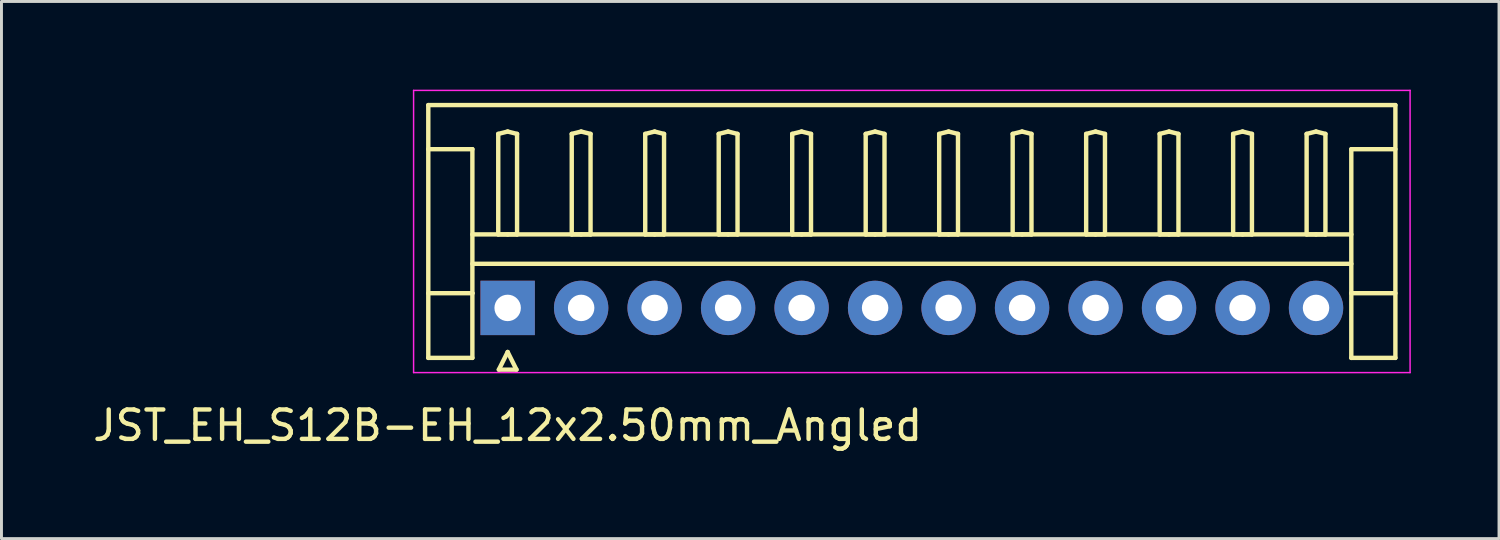
<source format=kicad_pcb>
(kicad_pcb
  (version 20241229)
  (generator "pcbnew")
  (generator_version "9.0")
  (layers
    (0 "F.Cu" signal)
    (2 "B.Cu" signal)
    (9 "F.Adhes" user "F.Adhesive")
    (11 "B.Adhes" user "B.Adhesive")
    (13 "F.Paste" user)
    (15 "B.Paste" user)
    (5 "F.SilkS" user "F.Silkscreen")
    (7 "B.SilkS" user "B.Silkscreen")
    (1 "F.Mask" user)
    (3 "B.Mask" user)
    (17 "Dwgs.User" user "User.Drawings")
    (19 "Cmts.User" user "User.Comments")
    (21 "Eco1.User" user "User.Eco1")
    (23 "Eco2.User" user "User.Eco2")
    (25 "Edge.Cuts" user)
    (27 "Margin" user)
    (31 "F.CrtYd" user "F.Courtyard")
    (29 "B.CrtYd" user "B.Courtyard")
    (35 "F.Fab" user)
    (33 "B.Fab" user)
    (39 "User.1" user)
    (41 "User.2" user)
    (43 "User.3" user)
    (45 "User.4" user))
  (footprint "JST_EH_S12B-EH_12x2.50mm_Angled"
    (layer "F.Cu")
    (at 14.22 7.425)
    (property "Reference" "JST_EH_S12B-EH_12x2.50mm_Angled" (at 0 4 0) (layer "F.SilkS") (effects (font (size 1 1) (thickness 0.15))))
    (attr through_hole)
    (fp_line (start -2.7 -6.9) (end 30.2 -6.9) (stroke (width 0.15) (type solid)) (layer "F.SilkS"))
    (fp_line (start -2.7 -5.4) (end -1.2 -5.4) (stroke (width 0.15) (type solid)) (layer "F.SilkS"))
    (fp_line (start -2.7 1.7) (end -2.7 -6.9) (stroke (width 0.15) (type solid)) (layer "F.SilkS"))
    (fp_line (start -1.2 -5.4) (end -1.2 -0.5) (stroke (width 0.15) (type solid)) (layer "F.SilkS"))
    (fp_line (start -1.2 -2.5) (end 28.7 -2.5) (stroke (width 0.15) (type solid)) (layer "F.SilkS"))
    (fp_line (start -1.2 -1.5) (end 28.7 -1.5) (stroke (width 0.15) (type solid)) (layer "F.SilkS"))
    (fp_line (start -1.2 -0.5) (end -2.7 -0.5) (stroke (width 0.15) (type solid)) (layer "F.SilkS"))
    (fp_line (start -1.2 -0.5) (end -1.2 1.7) (stroke (width 0.15) (type solid)) (layer "F.SilkS"))
    (fp_line (start -1.2 1.7) (end -2.7 1.7) (stroke (width 0.15) (type solid)) (layer "F.SilkS"))
    (fp_line (start -0.32 -5.92) (end 0 -6) (stroke (width 0.15) (type solid)) (layer "F.SilkS"))
    (fp_line (start -0.32 -2.5) (end -0.32 -5.92) (stroke (width 0.15) (type solid)) (layer "F.SilkS"))
    (fp_line (start -0.3 2.1) (end 0.3 2.1) (stroke (width 0.15) (type solid)) (layer "F.SilkS"))
    (fp_line (start 0 -6) (end 0.32 -5.92) (stroke (width 0.15) (type solid)) (layer "F.SilkS"))
    (fp_line (start 0 -2.5) (end -0.32 -2.5) (stroke (width 0.15) (type solid)) (layer "F.SilkS"))
    (fp_line (start 0 1.5) (end -0.3 2.1) (stroke (width 0.15) (type solid)) (layer "F.SilkS"))
    (fp_line (start 0.3 2.1) (end 0 1.5) (stroke (width 0.15) (type solid)) (layer "F.SilkS"))
    (fp_line (start 0.32 -5.92) (end 0.32 -2.5) (stroke (width 0.15) (type solid)) (layer "F.SilkS"))
    (fp_line (start 0.32 -2.5) (end 0 -2.5) (stroke (width 0.15) (type solid)) (layer "F.SilkS"))
    (fp_line (start 2.18 -5.92) (end 2.5 -6) (stroke (width 0.15) (type solid)) (layer "F.SilkS"))
    (fp_line (start 2.18 -2.5) (end 2.18 -5.92) (stroke (width 0.15) (type solid)) (layer "F.SilkS"))
    (fp_line (start 2.5 -6) (end 2.82 -5.92) (stroke (width 0.15) (type solid)) (layer "F.SilkS"))
    (fp_line (start 2.5 -2.5) (end 2.18 -2.5) (stroke (width 0.15) (type solid)) (layer "F.SilkS"))
    (fp_line (start 2.82 -5.92) (end 2.82 -2.5) (stroke (width 0.15) (type solid)) (layer "F.SilkS"))
    (fp_line (start 2.82 -2.5) (end 2.5 -2.5) (stroke (width 0.15) (type solid)) (layer "F.SilkS"))
    (fp_line (start 4.68 -5.92) (end 5 -6) (stroke (width 0.15) (type solid)) (layer "F.SilkS"))
    (fp_line (start 4.68 -2.5) (end 4.68 -5.92) (stroke (width 0.15) (type solid)) (layer "F.SilkS"))
    (fp_line (start 5 -6) (end 5.32 -5.92) (stroke (width 0.15) (type solid)) (layer "F.SilkS"))
    (fp_line (start 5 -2.5) (end 4.68 -2.5) (stroke (width 0.15) (type solid)) (layer "F.SilkS"))
    (fp_line (start 5.32 -5.92) (end 5.32 -2.5) (stroke (width 0.15) (type solid)) (layer "F.SilkS"))
    (fp_line (start 5.32 -2.5) (end 5 -2.5) (stroke (width 0.15) (type solid)) (layer "F.SilkS"))
    (fp_line (start 7.18 -5.92) (end 7.5 -6) (stroke (width 0.15) (type solid)) (layer "F.SilkS"))
    (fp_line (start 7.18 -2.5) (end 7.18 -5.92) (stroke (width 0.15) (type solid)) (layer "F.SilkS"))
    (fp_line (start 7.5 -6) (end 7.82 -5.92) (stroke (width 0.15) (type solid)) (layer "F.SilkS"))
    (fp_line (start 7.5 -2.5) (end 7.18 -2.5) (stroke (width 0.15) (type solid)) (layer "F.SilkS"))
    (fp_line (start 7.82 -5.92) (end 7.82 -2.5) (stroke (width 0.15) (type solid)) (layer "F.SilkS"))
    (fp_line (start 7.82 -2.5) (end 7.5 -2.5) (stroke (width 0.15) (type solid)) (layer "F.SilkS"))
    (fp_line (start 9.68 -5.92) (end 10 -6) (stroke (width 0.15) (type solid)) (layer "F.SilkS"))
    (fp_line (start 9.68 -2.5) (end 9.68 -5.92) (stroke (width 0.15) (type solid)) (layer "F.SilkS"))
    (fp_line (start 10 -6) (end 10.32 -5.92) (stroke (width 0.15) (type solid)) (layer "F.SilkS"))
    (fp_line (start 10 -2.5) (end 9.68 -2.5) (stroke (width 0.15) (type solid)) (layer "F.SilkS"))
    (fp_line (start 10.32 -5.92) (end 10.32 -2.5) (stroke (width 0.15) (type solid)) (layer "F.SilkS"))
    (fp_line (start 10.32 -2.5) (end 10 -2.5) (stroke (width 0.15) (type solid)) (layer "F.SilkS"))
    (fp_line (start 12.18 -5.92) (end 12.5 -6) (stroke (width 0.15) (type solid)) (layer "F.SilkS"))
    (fp_line (start 12.18 -2.5) (end 12.18 -5.92) (stroke (width 0.15) (type solid)) (layer "F.SilkS"))
    (fp_line (start 12.5 -6) (end 12.82 -5.92) (stroke (width 0.15) (type solid)) (layer "F.SilkS"))
    (fp_line (start 12.5 -2.5) (end 12.18 -2.5) (stroke (width 0.15) (type solid)) (layer "F.SilkS"))
    (fp_line (start 12.82 -5.92) (end 12.82 -2.5) (stroke (width 0.15) (type solid)) (layer "F.SilkS"))
    (fp_line (start 12.82 -2.5) (end 12.5 -2.5) (stroke (width 0.15) (type solid)) (layer "F.SilkS"))
    (fp_line (start 14.68 -5.92) (end 15 -6) (stroke (width 0.15) (type solid)) (layer "F.SilkS"))
    (fp_line (start 14.68 -2.5) (end 14.68 -5.92) (stroke (width 0.15) (type solid)) (layer "F.SilkS"))
    (fp_line (start 15 -6) (end 15.32 -5.92) (stroke (width 0.15) (type solid)) (layer "F.SilkS"))
    (fp_line (start 15 -2.5) (end 14.68 -2.5) (stroke (width 0.15) (type solid)) (layer "F.SilkS"))
    (fp_line (start 15.32 -5.92) (end 15.32 -2.5) (stroke (width 0.15) (type solid)) (layer "F.SilkS"))
    (fp_line (start 15.32 -2.5) (end 15 -2.5) (stroke (width 0.15) (type solid)) (layer "F.SilkS"))
    (fp_line (start 17.18 -5.92) (end 17.5 -6) (stroke (width 0.15) (type solid)) (layer "F.SilkS"))
    (fp_line (start 17.18 -2.5) (end 17.18 -5.92) (stroke (width 0.15) (type solid)) (layer "F.SilkS"))
    (fp_line (start 17.5 -6) (end 17.82 -5.92) (stroke (width 0.15) (type solid)) (layer "F.SilkS"))
    (fp_line (start 17.5 -2.5) (end 17.18 -2.5) (stroke (width 0.15) (type solid)) (layer "F.SilkS"))
    (fp_line (start 17.82 -5.92) (end 17.82 -2.5) (stroke (width 0.15) (type solid)) (layer "F.SilkS"))
    (fp_line (start 17.82 -2.5) (end 17.5 -2.5) (stroke (width 0.15) (type solid)) (layer "F.SilkS"))
    (fp_line (start 19.68 -5.92) (end 20 -6) (stroke (width 0.15) (type solid)) (layer "F.SilkS"))
    (fp_line (start 19.68 -2.5) (end 19.68 -5.92) (stroke (width 0.15) (type solid)) (layer "F.SilkS"))
    (fp_line (start 20 -6) (end 20.32 -5.92) (stroke (width 0.15) (type solid)) (layer "F.SilkS"))
    (fp_line (start 20 -2.5) (end 19.68 -2.5) (stroke (width 0.15) (type solid)) (layer "F.SilkS"))
    (fp_line (start 20.32 -5.92) (end 20.32 -2.5) (stroke (width 0.15) (type solid)) (layer "F.SilkS"))
    (fp_line (start 20.32 -2.5) (end 20 -2.5) (stroke (width 0.15) (type solid)) (layer "F.SilkS"))
    (fp_line (start 22.18 -5.92) (end 22.5 -6) (stroke (width 0.15) (type solid)) (layer "F.SilkS"))
    (fp_line (start 22.18 -2.5) (end 22.18 -5.92) (stroke (width 0.15) (type solid)) (layer "F.SilkS"))
    (fp_line (start 22.5 -6) (end 22.82 -5.92) (stroke (width 0.15) (type solid)) (layer "F.SilkS"))
    (fp_line (start 22.5 -2.5) (end 22.18 -2.5) (stroke (width 0.15) (type solid)) (layer "F.SilkS"))
    (fp_line (start 22.82 -5.92) (end 22.82 -2.5) (stroke (width 0.15) (type solid)) (layer "F.SilkS"))
    (fp_line (start 22.82 -2.5) (end 22.5 -2.5) (stroke (width 0.15) (type solid)) (layer "F.SilkS"))
    (fp_line (start 24.68 -5.92) (end 25 -6) (stroke (width 0.15) (type solid)) (layer "F.SilkS"))
    (fp_line (start 24.68 -2.5) (end 24.68 -5.92) (stroke (width 0.15) (type solid)) (layer "F.SilkS"))
    (fp_line (start 25 -6) (end 25.32 -5.92) (stroke (width 0.15) (type solid)) (layer "F.SilkS"))
    (fp_line (start 25 -2.5) (end 24.68 -2.5) (stroke (width 0.15) (type solid)) (layer "F.SilkS"))
    (fp_line (start 25.32 -5.92) (end 25.32 -2.5) (stroke (width 0.15) (type solid)) (layer "F.SilkS"))
    (fp_line (start 25.32 -2.5) (end 25 -2.5) (stroke (width 0.15) (type solid)) (layer "F.SilkS"))
    (fp_line (start 27.18 -5.92) (end 27.5 -6) (stroke (width 0.15) (type solid)) (layer "F.SilkS"))
    (fp_line (start 27.18 -2.5) (end 27.18 -5.92) (stroke (width 0.15) (type solid)) (layer "F.SilkS"))
    (fp_line (start 27.5 -6) (end 27.82 -5.92) (stroke (width 0.15) (type solid)) (layer "F.SilkS"))
    (fp_line (start 27.5 -2.5) (end 27.18 -2.5) (stroke (width 0.15) (type solid)) (layer "F.SilkS"))
    (fp_line (start 27.82 -5.92) (end 27.82 -2.5) (stroke (width 0.15) (type solid)) (layer "F.SilkS"))
    (fp_line (start 27.82 -2.5) (end 27.5 -2.5) (stroke (width 0.15) (type solid)) (layer "F.SilkS"))
    (fp_line (start 28.7 -5.4) (end 28.7 -0.5) (stroke (width 0.15) (type solid)) (layer "F.SilkS"))
    (fp_line (start 28.7 -0.5) (end 30.2 -0.5) (stroke (width 0.15) (type solid)) (layer "F.SilkS"))
    (fp_line (start 28.7 1.7) (end 28.7 -0.5) (stroke (width 0.15) (type solid)) (layer "F.SilkS"))
    (fp_line (start 30.2 -6.9) (end 30.2 1.7) (stroke (width 0.15) (type solid)) (layer "F.SilkS"))
    (fp_line (start 30.2 -5.4) (end 28.7 -5.4) (stroke (width 0.15) (type solid)) (layer "F.SilkS"))
    (fp_line (start 30.2 1.7) (end 28.7 1.7) (stroke (width 0.15) (type solid)) (layer "F.SilkS"))
    (fp_line (start -3.2 -7.4) (end -3.2 2.2) (stroke (width 0.05) (type solid)) (layer "F.CrtYd"))
    (fp_line (start -3.2 2.2) (end 30.7 2.2) (stroke (width 0.05) (type solid)) (layer "F.CrtYd"))
    (fp_line (start 30.7 -7.4) (end -3.2 -7.4) (stroke (width 0.05) (type solid)) (layer "F.CrtYd"))
    (fp_line (start 30.7 2.2) (end 30.7 -7.4) (stroke (width 0.05) (type solid)) (layer "F.CrtYd"))
    (pad "1" thru_hole rect (at 0 0) (size 1.85 1.85) (drill 0.9) (layers "*.Cu" "*.Mask"))
    (pad "2" thru_hole circle (at 2.5 0) (size 1.85 1.85) (drill 0.9) (layers "*.Cu" "*.Mask"))
    (pad "3" thru_hole circle (at 5 0) (size 1.85 1.85) (drill 0.9) (layers "*.Cu" "*.Mask"))
    (pad "4" thru_hole circle (at 7.5 0) (size 1.85 1.85) (drill 0.9) (layers "*.Cu" "*.Mask"))
    (pad "5" thru_hole circle (at 10 0) (size 1.85 1.85) (drill 0.9) (layers "*.Cu" "*.Mask"))
    (pad "6" thru_hole circle (at 12.5 0) (size 1.85 1.85) (drill 0.9) (layers "*.Cu" "*.Mask"))
    (pad "7" thru_hole circle (at 15 0) (size 1.85 1.85) (drill 0.9) (layers "*.Cu" "*.Mask"))
    (pad "8" thru_hole circle (at 17.5 0) (size 1.85 1.85) (drill 0.9) (layers "*.Cu" "*.Mask"))
    (pad "9" thru_hole circle (at 20 0) (size 1.85 1.85) (drill 0.9) (layers "*.Cu" "*.Mask"))
    (pad "10" thru_hole circle (at 22.5 0) (size 1.85 1.85) (drill 0.9) (layers "*.Cu" "*.Mask"))
    (pad "11" thru_hole circle (at 25 0) (size 1.85 1.85) (drill 0.9) (layers "*.Cu" "*.Mask"))
    (pad "12" thru_hole circle (at 27.5 0) (size 1.85 1.85) (drill 0.9) (layers "*.Cu" "*.Mask")))
  (gr_rect
    (start -3 -3)
    (end 47.945 15.273)
    (stroke (width 0.1) (type default))
    (fill no)
    (layer "Edge.Cuts")))
</source>
